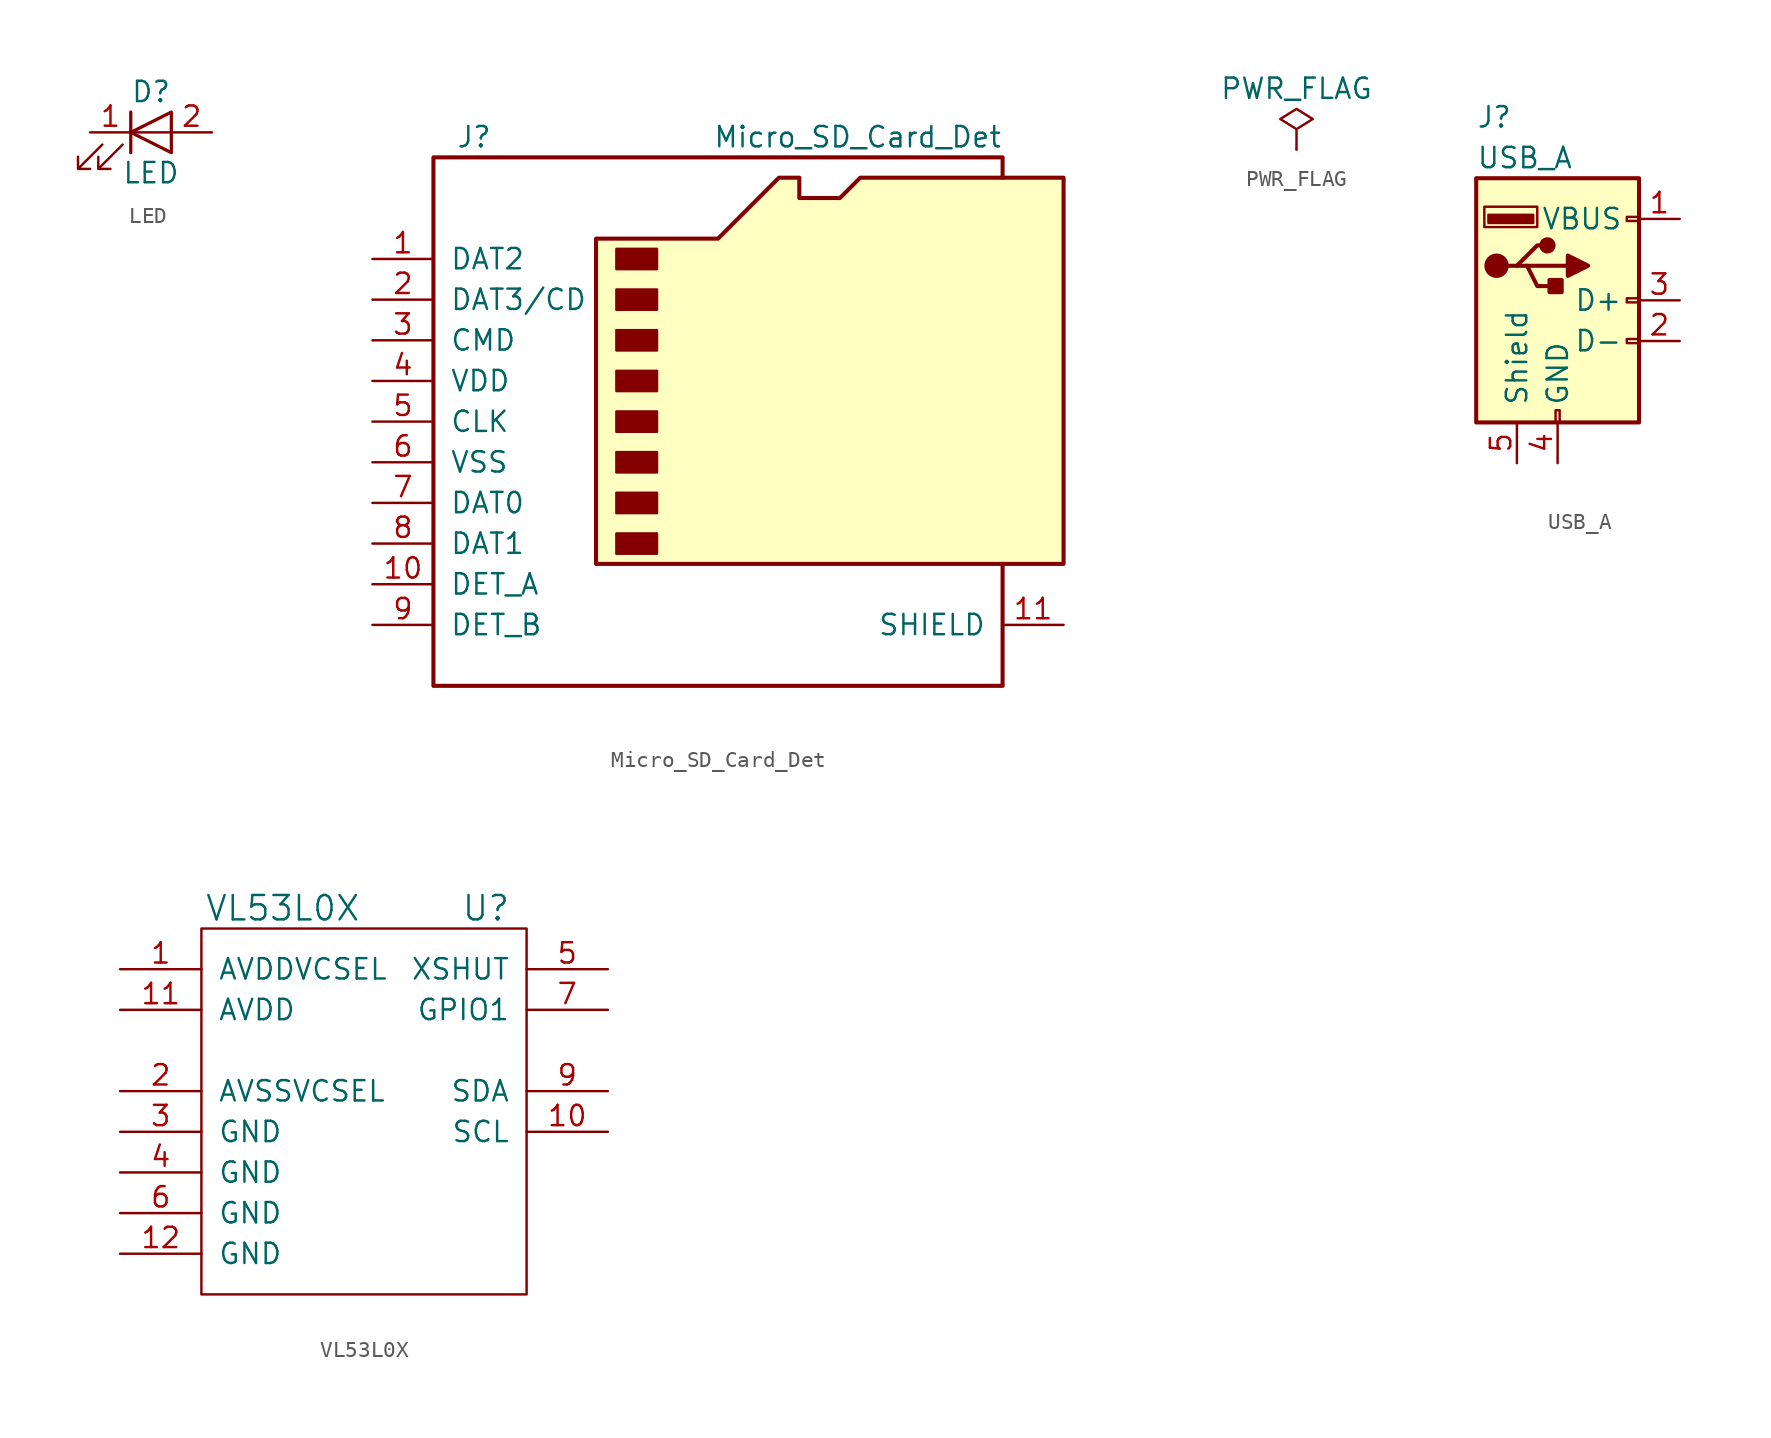
<source format=kicad_sym>
(kicad_symbol_lib
  (version 20231120)
  (generator "kicad_symbol_editor")
  (generator_version "8.0")
  (symbol "LED"
    (pin_names
      (offset 1.016) hide)
    (property "Reference" "D"
      (at 0 2.54 0)
      (effects (font (size 1.27 1.27))))
    (property "Value" "LED"
      (at 0 -2.54 0)
      (effects (font (size 1.27 1.27))))
    (symbol "LED_0_1"
      (polyline (pts (xy -1.27 -1.27) (xy -1.27 1.27)) (stroke (width 0.203) (type solid)) (fill (type none)))
      (polyline (pts (xy -1.27 0) (xy 1.27 0)) (stroke (width 0) (type solid)) (fill (type none)))
      (polyline (pts (xy 1.27 -1.27) (xy 1.27 1.27) (xy -1.27 0) (xy 1.27 -1.27)) (stroke (width 0.203) (type solid)) (fill (type none)))
      (polyline (pts (xy -3.048 -0.762) (xy -4.572 -2.286) (xy -3.81 -2.286) (xy -4.572 -2.286) (xy -4.572 -1.524)) (stroke (width 0) (type solid)) (fill (type none)))
      (polyline (pts (xy -1.778 -0.762) (xy -3.302 -2.286) (xy -2.54 -2.286) (xy -3.302 -2.286) (xy -3.302 -1.524)) (stroke (width 0) (type solid)) (fill (type none))))
    (symbol "LED_1_1"
      (pin passive line (at -3.81 0 0) (length 2.54) (name "K" (effects (font (size 1.27 1.27)))) (number "1" (effects (font (size 1.27 1.27)))))
      (pin passive line (at 3.81 0 180) (length 2.54) (name "A" (effects (font (size 1.27 1.27)))) (number "2" (effects (font (size 1.27 1.27)))))))
  (symbol "Micro_SD_Card_Det"
    (pin_names
      (offset 1.016))
    (property "Reference" "J"
      (at -16.51 17.78 0)
      (effects (font (size 1.27 1.27))))
    (property "Value" "Micro_SD_Card_Det"
      (at 16.51 17.78 0)
      (effects (font (size 1.27 1.27)) (justify right)))
    (symbol "Micro_SD_Card_Det_0_1"
      (rectangle (start -7.62 -6.985) (end -5.08 -8.255) (stroke (width 0) (type solid)) (fill (type outline)))
      (rectangle (start -7.62 -4.445) (end -5.08 -5.715) (stroke (width 0) (type solid)) (fill (type outline)))
      (rectangle (start -7.62 -1.905) (end -5.08 -3.175) (stroke (width 0) (type solid)) (fill (type outline)))
      (rectangle (start -7.62 0.635) (end -5.08 -0.635) (stroke (width 0) (type solid)) (fill (type outline)))
      (rectangle (start -7.62 3.175) (end -5.08 1.905) (stroke (width 0) (type solid)) (fill (type outline)))
      (rectangle (start -7.62 5.715) (end -5.08 4.445) (stroke (width 0) (type solid)) (fill (type outline)))
      (rectangle (start -7.62 8.255) (end -5.08 6.985) (stroke (width 0) (type solid)) (fill (type outline)))
      (rectangle (start -7.62 10.795) (end -5.08 9.525) (stroke (width 0) (type solid)) (fill (type outline)))
      (polyline (pts (xy 16.51 15.24) (xy 16.51 16.51) (xy -19.05 16.51) (xy -19.05 -16.51) (xy 16.51 -16.51) (xy 16.51 -8.89)) (stroke (width 0.254) (type solid)) (fill (type none)))
      (polyline (pts (xy -8.89 -8.89) (xy -8.89 11.43) (xy -1.27 11.43) (xy 2.54 15.24) (xy 3.81 15.24) (xy 3.81 13.97) (xy 6.35 13.97) (xy 7.62 15.24) (xy 20.32 15.24) (xy 20.32 -8.89) (xy -8.89 -8.89)) (stroke (width 0.254) (type solid)) (fill (type background))))
    (symbol "Micro_SD_Card_Det_1_1"
      (pin bidirectional line (at -22.86 10.16 0) (length 3.81) (name "DAT2" (effects (font (size 1.27 1.27)))) (number "1" (effects (font (size 1.27 1.27)))))
      (pin passive line (at -22.86 -10.16 0) (length 3.81) (name "DET_A" (effects (font (size 1.27 1.27)))) (number "10" (effects (font (size 1.27 1.27)))))
      (pin passive line (at 20.32 -12.7 180) (length 3.81) (name "SHIELD" (effects (font (size 1.27 1.27)))) (number "11" (effects (font (size 1.27 1.27)))))
      (pin bidirectional line (at -22.86 7.62 0) (length 3.81) (name "DAT3/CD" (effects (font (size 1.27 1.27)))) (number "2" (effects (font (size 1.27 1.27)))))
      (pin input line (at -22.86 5.08 0) (length 3.81) (name "CMD" (effects (font (size 1.27 1.27)))) (number "3" (effects (font (size 1.27 1.27)))))
      (pin power_in line (at -22.86 2.54 0) (length 3.81) (name "VDD" (effects (font (size 1.27 1.27)))) (number "4" (effects (font (size 1.27 1.27)))))
      (pin input line (at -22.86 0 0) (length 3.81) (name "CLK" (effects (font (size 1.27 1.27)))) (number "5" (effects (font (size 1.27 1.27)))))
      (pin power_in line (at -22.86 -2.54 0) (length 3.81) (name "VSS" (effects (font (size 1.27 1.27)))) (number "6" (effects (font (size 1.27 1.27)))))
      (pin input line (at -22.86 -5.08 0) (length 3.81) (name "DAT0" (effects (font (size 1.27 1.27)))) (number "7" (effects (font (size 1.27 1.27)))))
      (pin input line (at -22.86 -7.62 0) (length 3.81) (name "DAT1" (effects (font (size 1.27 1.27)))) (number "8" (effects (font (size 1.27 1.27)))))
      (pin passive line (at -22.86 -12.7 0) (length 3.81) (name "DET_B" (effects (font (size 1.27 1.27)))) (number "9" (effects (font (size 1.27 1.27)))))))
  (symbol "PWR_FLAG"
    (power)
    (pin_numbers hide)
    (pin_names
      (offset 0) hide)
    (property "Reference" "#FLG"
      (at 0 1.905 0)
      (effects (font (size 1.27 1.27)) (hide yes)))
    (property "Value" "PWR_FLAG"
      (at 0 3.81 0)
      (effects (font (size 1.27 1.27))))
    (symbol "PWR_FLAG_0_0"
      (pin power_out line (at 0 0 90) (length 0) (name "pwr" (effects (font (size 1.27 1.27)))) (number "1" (effects (font (size 1.27 1.27))))))
    (symbol "PWR_FLAG_0_1"
      (polyline (pts (xy 0 0) (xy 0 1.27) (xy -1.016 1.905) (xy 0 2.54) (xy 1.016 1.905) (xy 0 1.27)) (stroke (width 0) (type solid)) (fill (type none)))))
  (symbol "USB_A"
    (pin_names
      (offset 1.016))
    (property "Reference" "J"
      (at -5.08 11.43 0)
      (effects (font (size 1.27 1.27)) (justify left)))
    (property "Value" "USB_A"
      (at -5.08 8.89 0)
      (effects (font (size 1.27 1.27)) (justify left)))
    (symbol "USB_A_0_1"
      (rectangle (start -5.08 -7.62) (end 5.08 7.62) (stroke (width 0.254) (type solid)) (fill (type background)))
      (circle (center -3.81 2.159) (radius 0.635) (stroke (width 0.254) (type solid)) (fill (type outline)))
      (rectangle (start -1.524 4.826) (end -4.318 5.334) (stroke (width 0) (type solid)) (fill (type outline)))
      (rectangle (start -1.27 4.572) (end -4.572 5.842) (stroke (width 0) (type solid)) (fill (type none)))
      (circle (center -0.635 3.429) (radius 0.381) (stroke (width 0.254) (type solid)) (fill (type outline)))
      (rectangle (start -0.127 -7.62) (end 0.127 -6.858) (stroke (width 0) (type solid)) (fill (type none)))
      (polyline (pts (xy -3.175 2.159) (xy -2.54 2.159) (xy -1.27 3.429) (xy -0.635 3.429)) (stroke (width 0.254) (type solid)) (fill (type none)))
      (polyline (pts (xy -2.54 2.159) (xy -1.905 2.159) (xy -1.27 0.889) (xy 0 0.889)) (stroke (width 0.254) (type solid)) (fill (type none)))
      (polyline (pts (xy 0.635 2.794) (xy 0.635 1.524) (xy 1.905 2.159) (xy 0.635 2.794)) (stroke (width 0.254) (type solid)) (fill (type outline)))
      (rectangle (start 0.254 1.27) (end -0.508 0.508) (stroke (width 0.254) (type solid)) (fill (type outline)))
      (rectangle (start 5.08 -2.667) (end 4.318 -2.413) (stroke (width 0) (type solid)) (fill (type none)))
      (rectangle (start 5.08 -0.127) (end 4.318 0.127) (stroke (width 0) (type solid)) (fill (type none)))
      (rectangle (start 5.08 4.953) (end 4.318 5.207) (stroke (width 0) (type solid)) (fill (type none))))
    (symbol "USB_A_1_1"
      (polyline (pts (xy -1.905 2.159) (xy 0.635 2.159)) (stroke (width 0.254) (type solid)) (fill (type none)))
      (pin power_in line (at 7.62 5.08 180) (length 2.54) (name "VBUS" (effects (font (size 1.27 1.27)))) (number "1" (effects (font (size 1.27 1.27)))))
      (pin passive line (at 7.62 -2.54 180) (length 2.54) (name "D-" (effects (font (size 1.27 1.27)))) (number "2" (effects (font (size 1.27 1.27)))))
      (pin passive line (at 7.62 0 180) (length 2.54) (name "D+" (effects (font (size 1.27 1.27)))) (number "3" (effects (font (size 1.27 1.27)))))
      (pin power_in line (at 0 -10.16 90) (length 2.54) (name "GND" (effects (font (size 1.27 1.27)))) (number "4" (effects (font (size 1.27 1.27)))))
      (pin passive line (at -2.54 -10.16 90) (length 2.54) (name "Shield" (effects (font (size 1.27 1.27)))) (number "5" (effects (font (size 1.27 1.27)))))))
  (symbol "VL53L0X"
    (pin_names
      (offset 1.016))
    (property "Reference" "U"
      (at 7.62 13.97 0)
      (effects (font (size 1.524 1.524))))
    (property "Value" "VL53L0X"
      (at -5.08 13.97 0)
      (effects (font (size 1.524 1.524))))
    (property "Footprint" ""
      (at 1.27 -1.27 0)
      (effects (font (size 1.524 1.524))))
    (property "Datasheet" ""
      (at 1.27 -1.27 0)
      (effects (font (size 1.524 1.524))))
    (symbol "VL53L0X_0_1"
      (rectangle (start -10.16 12.7) (end 10.16 -10.16) (stroke (width 0) (type solid)) (fill (type none))))
    (symbol "VL53L0X_1_1"
      (pin input line (at -15.24 10.16 0) (length 5.08) (name "AVDDVCSEL" (effects (font (size 1.27 1.27)))) (number "1" (effects (font (size 1.27 1.27)))))
      (pin input line (at 15.24 0 180) (length 5.08) (name "SCL" (effects (font (size 1.27 1.27)))) (number "10" (effects (font (size 1.27 1.27)))))
      (pin input line (at -15.24 7.62 0) (length 5.08) (name "AVDD" (effects (font (size 1.27 1.27)))) (number "11" (effects (font (size 1.27 1.27)))))
      (pin input line (at -15.24 -7.62 0) (length 5.08) (name "GND" (effects (font (size 1.27 1.27)))) (number "12" (effects (font (size 1.27 1.27)))))
      (pin input line (at -15.24 2.54 0) (length 5.08) (name "AVSSVCSEL" (effects (font (size 1.27 1.27)))) (number "2" (effects (font (size 1.27 1.27)))))
      (pin input line (at -15.24 0 0) (length 5.08) (name "GND" (effects (font (size 1.27 1.27)))) (number "3" (effects (font (size 1.27 1.27)))))
      (pin input line (at -15.24 -2.54 0) (length 5.08) (name "GND" (effects (font (size 1.27 1.27)))) (number "4" (effects (font (size 1.27 1.27)))))
      (pin input line (at 15.24 10.16 180) (length 5.08) (name "XSHUT" (effects (font (size 1.27 1.27)))) (number "5" (effects (font (size 1.27 1.27)))))
      (pin input line (at -15.24 -5.08 0) (length 5.08) (name "GND" (effects (font (size 1.27 1.27)))) (number "6" (effects (font (size 1.27 1.27)))))
      (pin input line (at 15.24 7.62 180) (length 5.08) (name "GPIO1" (effects (font (size 1.27 1.27)))) (number "7" (effects (font (size 1.27 1.27)))))
      (pin input line (at 15.24 -5.08 180) (length 5.08) hide (name "DNC" (effects (font (size 1.27 1.27)))) (number "8" (effects (font (size 1.27 1.27)))))
      (pin input line (at 15.24 2.54 180) (length 5.08) (name "SDA" (effects (font (size 1.27 1.27)))) (number "9" (effects (font (size 1.27 1.27))))))))
</source>
